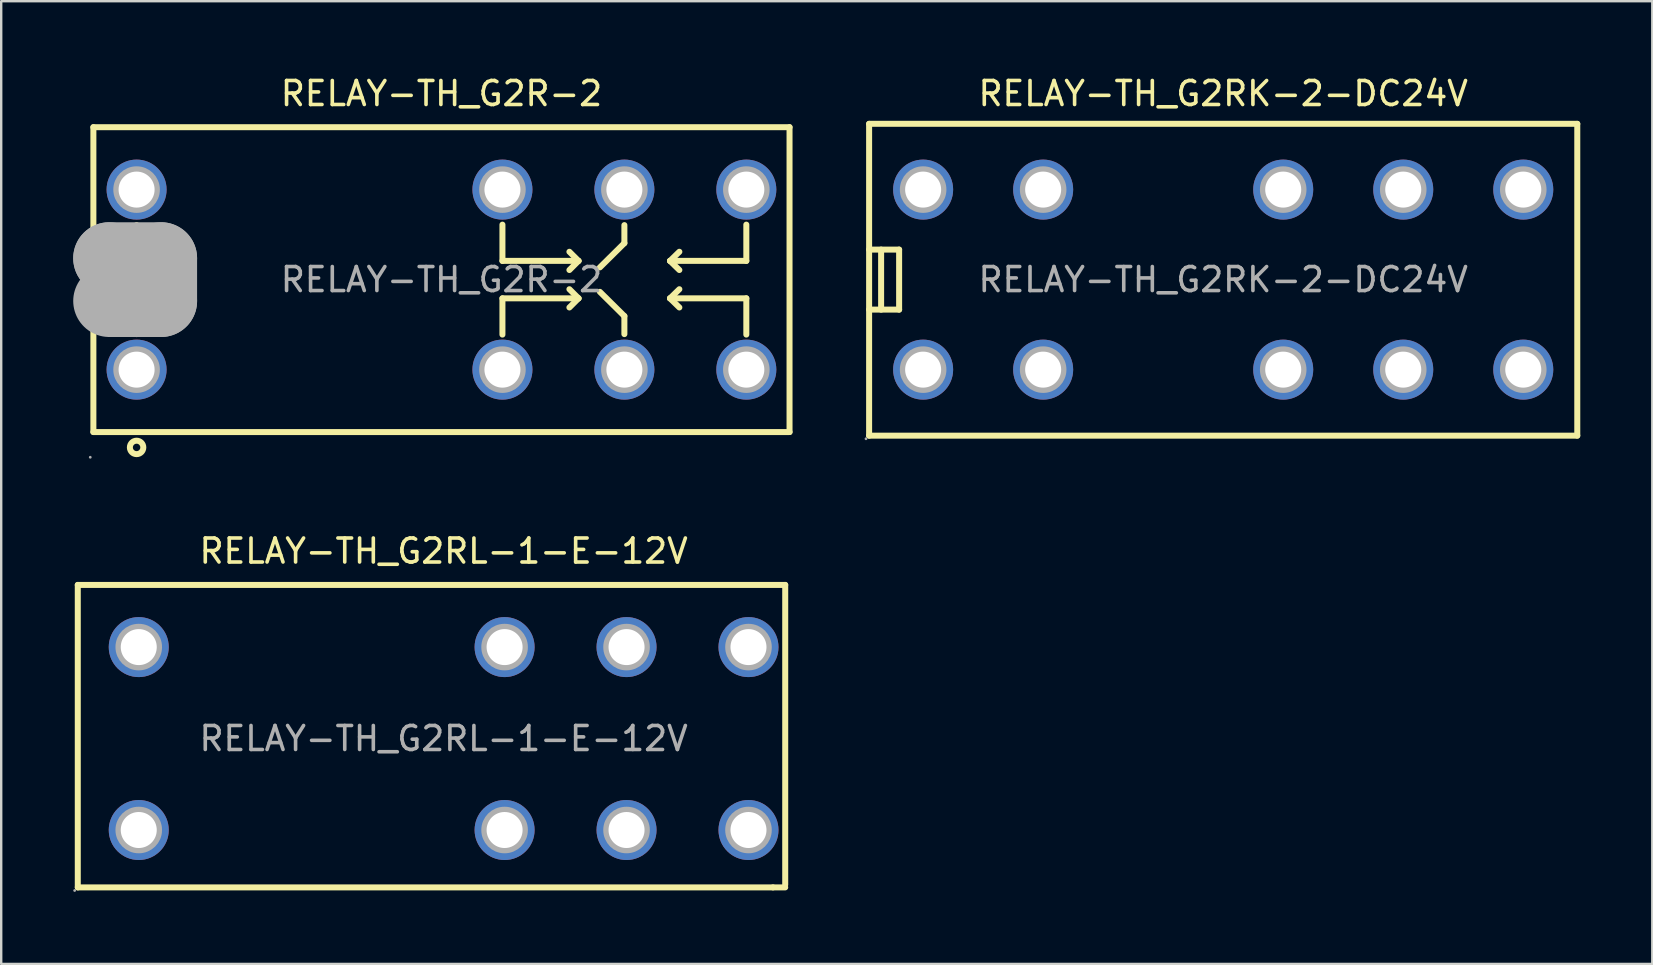
<source format=kicad_pcb>
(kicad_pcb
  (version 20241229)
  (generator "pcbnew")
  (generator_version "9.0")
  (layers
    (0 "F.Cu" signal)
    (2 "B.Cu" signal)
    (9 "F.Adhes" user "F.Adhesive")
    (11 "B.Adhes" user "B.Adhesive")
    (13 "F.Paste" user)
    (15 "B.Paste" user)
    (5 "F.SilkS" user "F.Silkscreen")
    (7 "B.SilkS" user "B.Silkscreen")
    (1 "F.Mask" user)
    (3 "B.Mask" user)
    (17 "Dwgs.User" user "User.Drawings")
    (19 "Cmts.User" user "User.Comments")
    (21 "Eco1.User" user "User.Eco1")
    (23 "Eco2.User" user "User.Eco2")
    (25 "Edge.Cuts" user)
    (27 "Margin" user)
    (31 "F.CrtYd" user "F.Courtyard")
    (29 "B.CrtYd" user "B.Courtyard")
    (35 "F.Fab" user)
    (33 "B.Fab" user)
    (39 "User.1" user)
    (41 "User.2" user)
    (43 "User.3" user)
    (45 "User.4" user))
  (footprint "RELAY-TH_G2R-2"
    (layer "F.Cu")
    (at 15.34 8.598)
    (property "Reference" "RELAY-TH_G2R-2" (at 0 -7.75 0) (layer "F.SilkS") (effects (font (size 1 1) (thickness 0.15))))
    (attr through_hole)
    (fp_line (start -14.5 -6.35) (end -14.5 6.35) (stroke (width 0.25) (type solid)) (layer "F.SilkS"))
    (fp_line (start -14.5 -6.35) (end 14.5 -6.35) (stroke (width 0.25) (type solid)) (layer "F.SilkS"))
    (fp_line (start -12.7 -2.27) (end -12.7 -0.89) (stroke (width 0.25) (type solid)) (layer "F.SilkS"))
    (fp_line (start -12.7 2.27) (end -12.7 0.89) (stroke (width 0.25) (type solid)) (layer "F.SilkS"))
    (fp_line (start 2.54 -2.29) (end 2.54 -0.78) (stroke (width 0.25) (type solid)) (layer "F.SilkS"))
    (fp_line (start 2.54 -0.78) (end 5.71 -0.78) (stroke (width 0.25) (type solid)) (layer "F.SilkS"))
    (fp_line (start 2.54 0.78) (end 5.71 0.78) (stroke (width 0.25) (type solid)) (layer "F.SilkS"))
    (fp_line (start 2.54 2.29) (end 2.54 0.78) (stroke (width 0.25) (type solid)) (layer "F.SilkS"))
    (fp_line (start 5.71 -0.78) (end 5.33 -1.16) (stroke (width 0.25) (type solid)) (layer "F.SilkS"))
    (fp_line (start 5.71 -0.78) (end 5.33 -0.4) (stroke (width 0.25) (type solid)) (layer "F.SilkS"))
    (fp_line (start 5.71 0.78) (end 5.33 0.4) (stroke (width 0.25) (type solid)) (layer "F.SilkS"))
    (fp_line (start 5.71 0.78) (end 5.33 1.16) (stroke (width 0.25) (type solid)) (layer "F.SilkS"))
    (fp_line (start 7.62 -2.27) (end 7.62 -1.52) (stroke (width 0.25) (type solid)) (layer "F.SilkS"))
    (fp_line (start 7.62 -1.52) (end 6.6 -0.51) (stroke (width 0.25) (type solid)) (layer "F.SilkS"))
    (fp_line (start 7.62 1.52) (end 6.6 0.51) (stroke (width 0.25) (type solid)) (layer "F.SilkS"))
    (fp_line (start 7.62 2.27) (end 7.62 1.52) (stroke (width 0.25) (type solid)) (layer "F.SilkS"))
    (fp_line (start 9.52 -0.78) (end 9.91 -1.16) (stroke (width 0.25) (type solid)) (layer "F.SilkS"))
    (fp_line (start 9.52 -0.78) (end 9.91 -0.4) (stroke (width 0.25) (type solid)) (layer "F.SilkS"))
    (fp_line (start 9.52 0.78) (end 9.91 0.4) (stroke (width 0.25) (type solid)) (layer "F.SilkS"))
    (fp_line (start 9.52 0.78) (end 9.91 1.16) (stroke (width 0.25) (type solid)) (layer "F.SilkS"))
    (fp_line (start 12.7 -2.29) (end 12.7 -0.78) (stroke (width 0.25) (type solid)) (layer "F.SilkS"))
    (fp_line (start 12.7 -0.78) (end 9.52 -0.78) (stroke (width 0.25) (type solid)) (layer "F.SilkS"))
    (fp_line (start 12.7 0.78) (end 9.52 0.78) (stroke (width 0.25) (type solid)) (layer "F.SilkS"))
    (fp_line (start 12.7 2.29) (end 12.7 0.78) (stroke (width 0.25) (type solid)) (layer "F.SilkS"))
    (fp_line (start 14.5 -6.35) (end 14.5 6.35) (stroke (width 0.25) (type solid)) (layer "F.SilkS"))
    (fp_line (start 14.5 6.35) (end -14.5 6.35) (stroke (width 0.25) (type solid)) (layer "F.SilkS"))
    (fp_circle (center -12.7 6.99) (end -12.42 6.99) (stroke (width 0.25) (type solid)) (fill no) (layer "F.SilkS"))
    (fp_line (start -13.84 -0.89) (end -13.84 -0.89) (stroke (width 3) (type solid)) (layer "F.Fab"))
    (fp_line (start -13.84 -0.89) (end -11.68 -0.89) (stroke (width 3) (type solid)) (layer "F.Fab"))
    (fp_line (start -11.68 -0.89) (end -11.68 0.89) (stroke (width 3) (type solid)) (layer "F.Fab"))
    (fp_line (start -11.68 0.89) (end -13.84 0.89) (stroke (width 3) (type solid)) (layer "F.Fab"))
    (fp_circle (center -14.63 7.4) (end -14.6 7.4) (stroke (width 0.06) (type solid)) (fill no) (layer "F.Fab"))
    (fp_circle (center -12.7 -3.75) (end -12.38 -3.75) (stroke (width 0.65) (type solid)) (fill no) (layer "F.Fab"))
    (fp_circle (center -12.7 3.75) (end -12.38 3.75) (stroke (width 0.65) (type solid)) (fill no) (layer "F.Fab"))
    (fp_circle (center 2.54 -3.75) (end 2.86 -3.75) (stroke (width 0.65) (type solid)) (fill no) (layer "F.Fab"))
    (fp_circle (center 2.54 3.75) (end 2.86 3.75) (stroke (width 0.65) (type solid)) (fill no) (layer "F.Fab"))
    (fp_circle (center 7.62 -3.75) (end 7.94 -3.75) (stroke (width 0.65) (type solid)) (fill no) (layer "F.Fab"))
    (fp_circle (center 7.62 3.75) (end 7.94 3.75) (stroke (width 0.65) (type solid)) (fill no) (layer "F.Fab"))
    (fp_circle (center 12.7 -3.75) (end 13.02 -3.75) (stroke (width 0.65) (type solid)) (fill no) (layer "F.Fab"))
    (fp_circle (center 12.7 3.75) (end 13.02 3.75) (stroke (width 0.65) (type solid)) (fill no) (layer "F.Fab"))
    (fp_text user "${REFERENCE}" (at 0 0 0) (layer "F.Fab") (effects (font (size 1 1) (thickness 0.15))))
    (pad "1" thru_hole circle (at -12.7 3.75) (size 2.5 2.5) (drill 1.5) (layers "*.Cu" "*.Paste" "*.Mask"))
    (pad "2" thru_hole circle (at 2.54 3.75) (size 2.5 2.5) (drill 1.5) (layers "*.Cu" "*.Paste" "*.Mask"))
    (pad "3" thru_hole circle (at 7.62 3.75) (size 2.5 2.5) (drill 1.5) (layers "*.Cu" "*.Paste" "*.Mask"))
    (pad "4" thru_hole circle (at 12.7 3.75) (size 2.5 2.5) (drill 1.5) (layers "*.Cu" "*.Paste" "*.Mask"))
    (pad "5" thru_hole circle (at 12.7 -3.75) (size 2.5 2.5) (drill 1.5) (layers "*.Cu" "*.Paste" "*.Mask"))
    (pad "6" thru_hole circle (at 7.62 -3.75) (size 2.5 2.5) (drill 1.5) (layers "*.Cu" "*.Paste" "*.Mask"))
    (pad "7" thru_hole circle (at 2.54 -3.75) (size 2.5 2.5) (drill 1.5) (layers "*.Cu" "*.Paste" "*.Mask"))
    (pad "8" thru_hole circle (at -12.7 -3.75) (size 2.5 2.5) (drill 1.5) (layers "*.Cu" "*.Paste" "*.Mask")))
  (footprint "RELAY-TH_G2RL-1-E-12V"
    (layer "F.Cu")
    (at 15.43 27.716)
    (property "Reference" "RELAY-TH_G2RL-1-E-12V" (at 0 -7.81 0) (layer "F.SilkS") (effects (font (size 1 1) (thickness 0.15))))
    (attr through_hole)
    (fp_line (start -15.24 -6.4) (end 14.23 -6.4) (stroke (width 0.25) (type solid)) (layer "F.SilkS"))
    (fp_line (start -15.24 6.2) (end -15.24 -6.4) (stroke (width 0.25) (type solid)) (layer "F.SilkS"))
    (fp_line (start 13.72 6.2) (end -15.24 6.2) (stroke (width 0.25) (type solid)) (layer "F.SilkS"))
    (fp_line (start 13.72 6.2) (end 14.23 6.2) (stroke (width 0.25) (type solid)) (layer "F.SilkS"))
    (fp_line (start 14.23 -6.4) (end 14.23 6.09) (stroke (width 0.25) (type solid)) (layer "F.SilkS"))
    (fp_circle (center -15.37 6.33) (end -15.34 6.33) (stroke (width 0.06) (type solid)) (fill no) (layer "F.Fab"))
    (fp_circle (center -12.7 -3.81) (end -12.38 -3.81) (stroke (width 0.65) (type solid)) (fill no) (layer "F.Fab"))
    (fp_circle (center -12.7 3.81) (end -12.38 3.81) (stroke (width 0.65) (type solid)) (fill no) (layer "F.Fab"))
    (fp_circle (center 2.54 -3.81) (end 2.86 -3.81) (stroke (width 0.65) (type solid)) (fill no) (layer "F.Fab"))
    (fp_circle (center 2.54 3.81) (end 2.86 3.81) (stroke (width 0.65) (type solid)) (fill no) (layer "F.Fab"))
    (fp_circle (center 7.62 -3.81) (end 7.94 -3.81) (stroke (width 0.65) (type solid)) (fill no) (layer "F.Fab"))
    (fp_circle (center 7.62 3.81) (end 7.94 3.81) (stroke (width 0.65) (type solid)) (fill no) (layer "F.Fab"))
    (fp_circle (center 12.7 -3.81) (end 13.02 -3.81) (stroke (width 0.65) (type solid)) (fill no) (layer "F.Fab"))
    (fp_circle (center 12.7 3.81) (end 13.02 3.81) (stroke (width 0.65) (type solid)) (fill no) (layer "F.Fab"))
    (fp_text user "${REFERENCE}" (at 0 0 0) (layer "F.Fab") (effects (font (size 1 1) (thickness 0.15))))
    (pad "1" thru_hole circle (at -12.7 3.81 90) (size 2.5 2.5) (drill 1.5) (layers "*.Cu" "*.Paste" "*.Mask"))
    (pad "2" thru_hole circle (at 2.54 3.81 90) (size 2.5 2.5) (drill 1.5) (layers "*.Cu" "*.Paste" "*.Mask"))
    (pad "3" thru_hole circle (at 7.62 3.81 90) (size 2.5 2.5) (drill 1.5) (layers "*.Cu" "*.Paste" "*.Mask"))
    (pad "4" thru_hole circle (at 12.7 3.81 90) (size 2.5 2.5) (drill 1.5) (layers "*.Cu" "*.Paste" "*.Mask"))
    (pad "5" thru_hole circle (at 12.7 -3.81 90) (size 2.5 2.5) (drill 1.5) (layers "*.Cu" "*.Paste" "*.Mask"))
    (pad "6" thru_hole circle (at 7.62 -3.81 90) (size 2.5 2.5) (drill 1.5) (layers "*.Cu" "*.Paste" "*.Mask"))
    (pad "7" thru_hole circle (at 2.54 -3.81 90) (size 2.5 2.5) (drill 1.5) (layers "*.Cu" "*.Paste" "*.Mask"))
    (pad "8" thru_hole circle (at -12.7 -3.81 90) (size 2.5 2.5) (drill 1.5) (layers "*.Cu" "*.Paste" "*.Mask")))
  (footprint "RELAY-TH_G2RK-2-DC24V"
    (layer "F.Cu")
    (at 47.905 8.598)
    (property "Reference" "RELAY-TH_G2RK-2-DC24V" (at 0 -7.75 0) (layer "F.SilkS") (effects (font (size 1 1) (thickness 0.15))))
    (attr through_hole)
    (fp_line (start -14.75 -6.49) (end -14.75 6.5) (stroke (width 0.25) (type solid)) (layer "F.SilkS"))
    (fp_line (start -14.75 -1.25) (end -13.5 -1.25) (stroke (width 0.25) (type solid)) (layer "F.SilkS"))
    (fp_line (start -14.75 1.25) (end -13.5 1.25) (stroke (width 0.25) (type solid)) (layer "F.SilkS"))
    (fp_line (start -14.75 6.5) (end 14.75 6.5) (stroke (width 0.25) (type solid)) (layer "F.SilkS"))
    (fp_line (start -14.25 -1.25) (end -14.25 1.25) (stroke (width 0.25) (type solid)) (layer "F.SilkS"))
    (fp_line (start -13.5 -1.25) (end -13.5 1.25) (stroke (width 0.25) (type solid)) (layer "F.SilkS"))
    (fp_line (start 14.75 -6.49) (end -14.75 -6.49) (stroke (width 0.25) (type solid)) (layer "F.SilkS"))
    (fp_line (start 14.75 6.5) (end 14.75 -6.49) (stroke (width 0.25) (type solid)) (layer "F.SilkS"))
    (fp_circle (center -14.88 6.63) (end -14.85 6.63) (stroke (width 0.06) (type solid)) (fill no) (layer "F.Fab"))
    (fp_circle (center -12.5 -3.75) (end -12.18 -3.75) (stroke (width 0.65) (type solid)) (fill no) (layer "F.Fab"))
    (fp_circle (center -12.5 3.75) (end -12.18 3.75) (stroke (width 0.65) (type solid)) (fill no) (layer "F.Fab"))
    (fp_circle (center -7.5 -3.75) (end -7.18 -3.75) (stroke (width 0.65) (type solid)) (fill no) (layer "F.Fab"))
    (fp_circle (center -7.5 3.75) (end -7.18 3.75) (stroke (width 0.65) (type solid)) (fill no) (layer "F.Fab"))
    (fp_circle (center 2.5 -3.75) (end 2.82 -3.75) (stroke (width 0.65) (type solid)) (fill no) (layer "F.Fab"))
    (fp_circle (center 2.5 3.75) (end 2.82 3.75) (stroke (width 0.65) (type solid)) (fill no) (layer "F.Fab"))
    (fp_circle (center 7.5 -3.75) (end 7.82 -3.75) (stroke (width 0.65) (type solid)) (fill no) (layer "F.Fab"))
    (fp_circle (center 7.5 3.75) (end 7.82 3.75) (stroke (width 0.65) (type solid)) (fill no) (layer "F.Fab"))
    (fp_circle (center 12.5 -3.75) (end 12.82 -3.75) (stroke (width 0.65) (type solid)) (fill no) (layer "F.Fab"))
    (fp_circle (center 12.5 3.75) (end 12.82 3.75) (stroke (width 0.65) (type solid)) (fill no) (layer "F.Fab"))
    (fp_text user "${REFERENCE}" (at 0 0 0) (layer "F.Fab") (effects (font (size 1 1) (thickness 0.15))))
    (pad "1" thru_hole circle (at -12.5 3.75) (size 2.5 2.5) (drill 1.5) (layers "*.Cu" "*.Paste" "*.Mask"))
    (pad "2" thru_hole circle (at -7.5 3.75) (size 2.5 2.5) (drill 1.5) (layers "*.Cu" "*.Paste" "*.Mask"))
    (pad "3" thru_hole circle (at 2.5 3.75) (size 2.5 2.5) (drill 1.5) (layers "*.Cu" "*.Paste" "*.Mask"))
    (pad "4" thru_hole circle (at 7.5 3.75) (size 2.5 2.5) (drill 1.5) (layers "*.Cu" "*.Paste" "*.Mask"))
    (pad "5" thru_hole circle (at 12.5 3.75) (size 2.5 2.5) (drill 1.5) (layers "*.Cu" "*.Paste" "*.Mask"))
    (pad "6" thru_hole circle (at 12.5 -3.75) (size 2.5 2.5) (drill 1.5) (layers "*.Cu" "*.Paste" "*.Mask"))
    (pad "7" thru_hole circle (at 7.5 -3.75) (size 2.5 2.5) (drill 1.5) (layers "*.Cu" "*.Paste" "*.Mask"))
    (pad "8" thru_hole circle (at 2.5 -3.75) (size 2.5 2.5) (drill 1.5) (layers "*.Cu" "*.Paste" "*.Mask"))
    (pad "9" thru_hole circle (at -7.5 -3.75) (size 2.5 2.5) (drill 1.5) (layers "*.Cu" "*.Paste" "*.Mask"))
    (pad "10" thru_hole circle (at -12.5 -3.75) (size 2.5 2.5) (drill 1.5) (layers "*.Cu" "*.Paste" "*.Mask")))
  (gr_rect
    (start -3 -3)
    (end 65.78 37.106)
    (stroke (width 0.1) (type default))
    (fill no)
    (layer "Edge.Cuts")))
</source>
